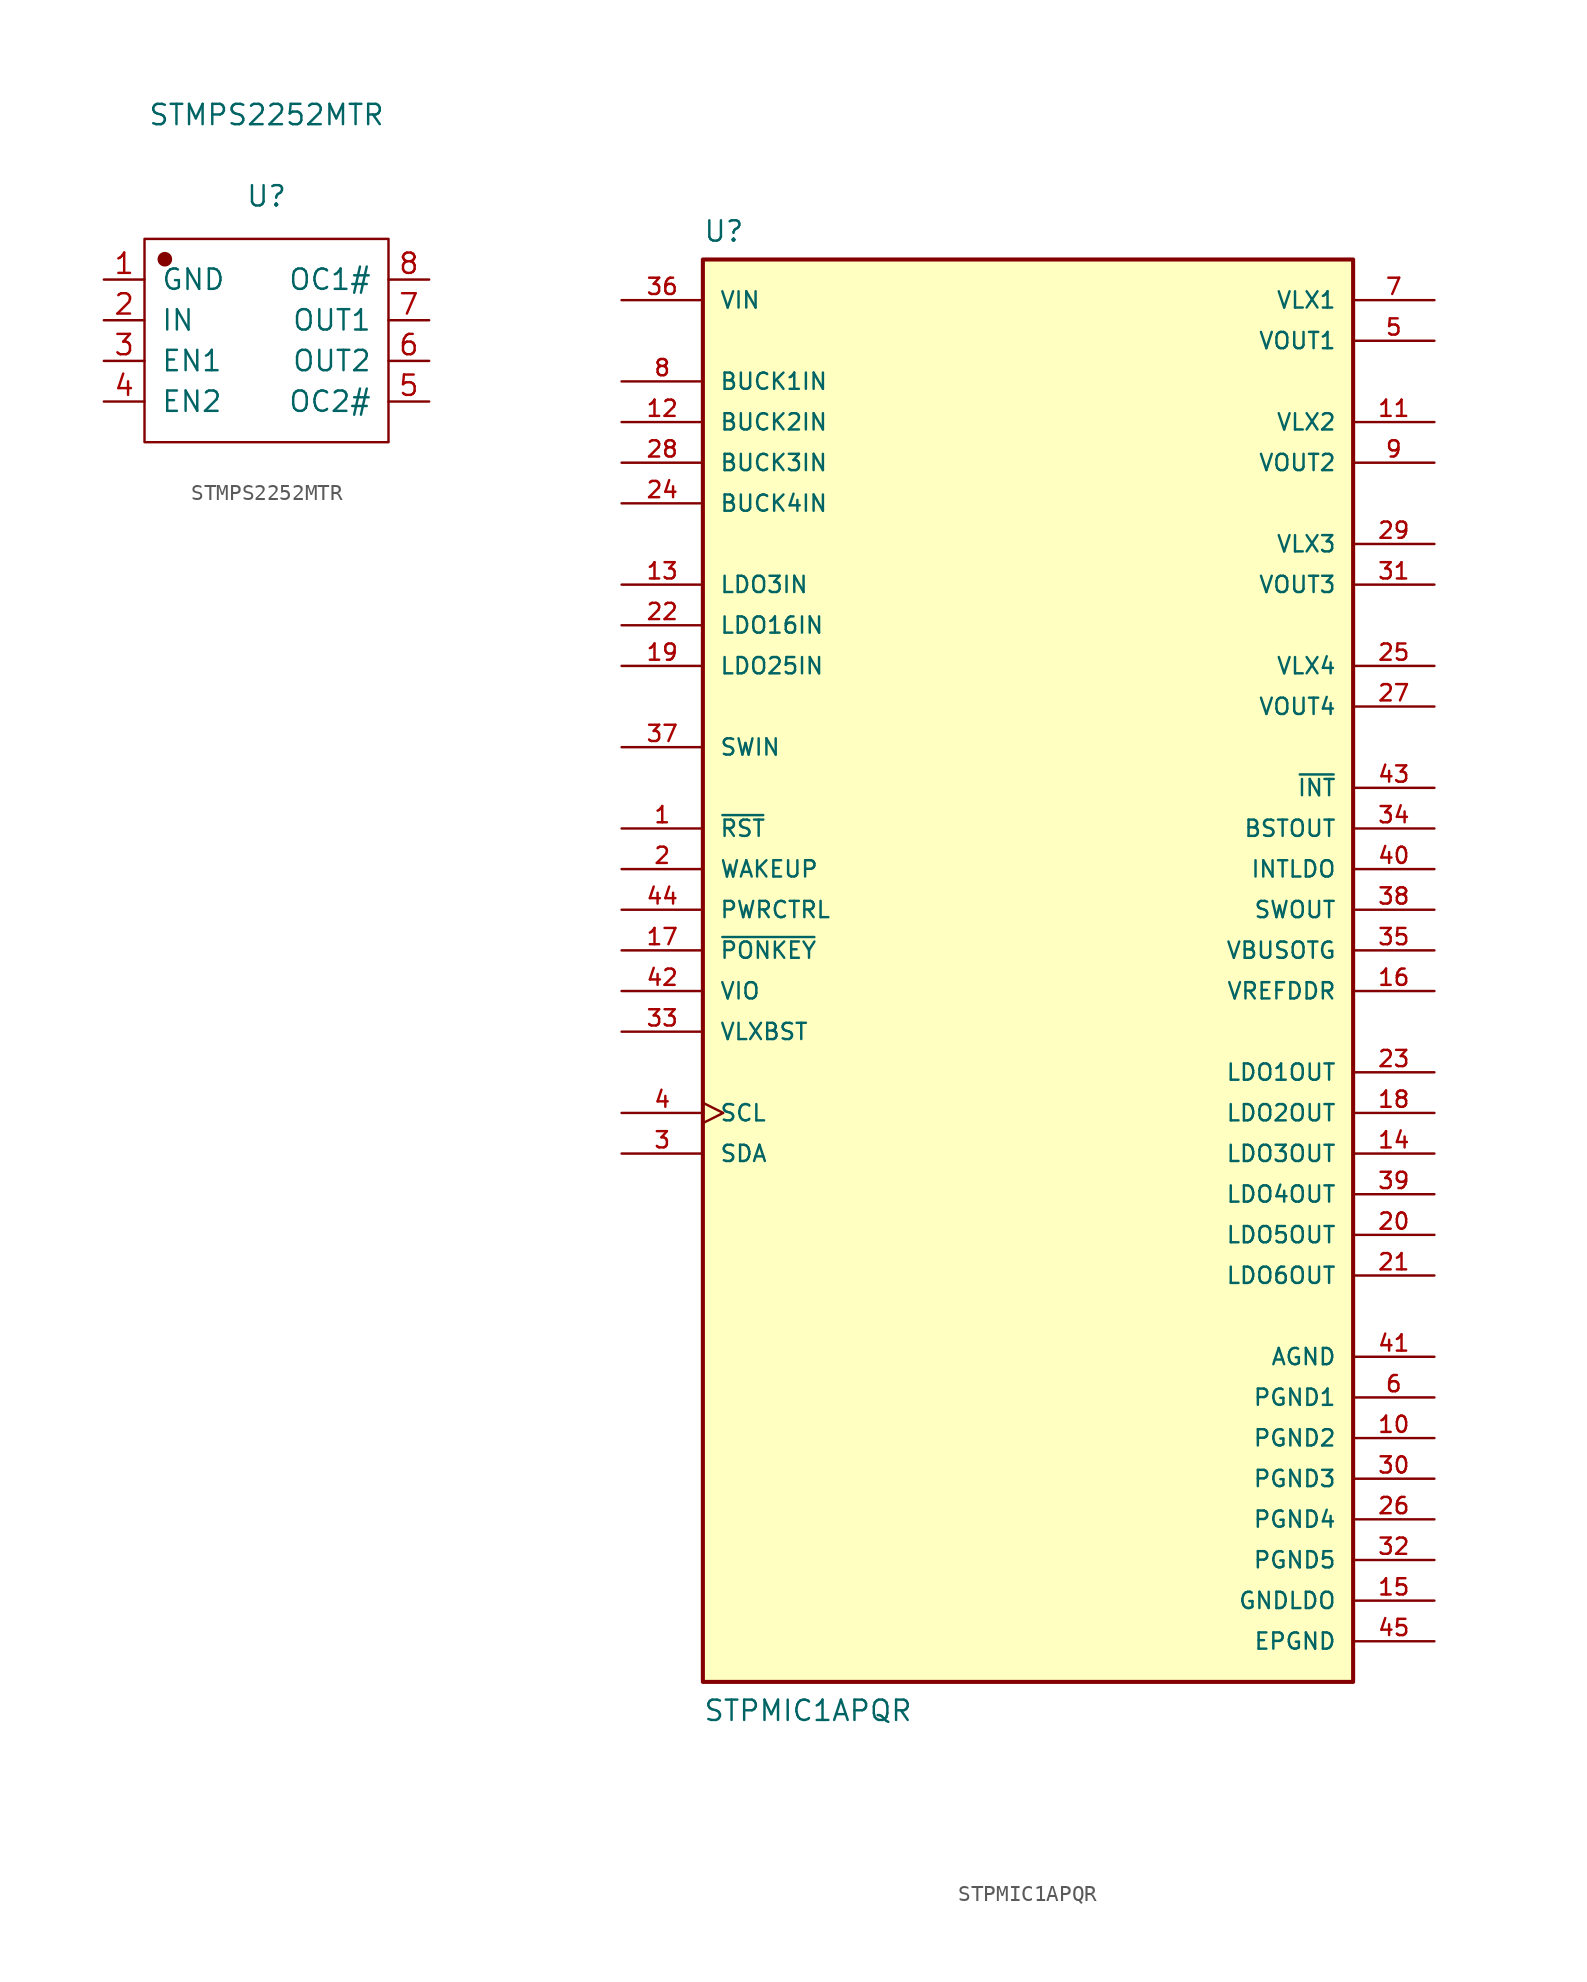
<source format=kicad_sym>
(kicad_symbol_lib
  (version 20231120)
  (generator "kicad_symbol_editor")
  (generator_version "8.0")
  (symbol "STMPS2252MTR"
    (pin_names
      (offset 1.016))
    (property "Reference" "U"
      (at 0 9.017 0)
      (effects (font (size 1.27 1.27))))
    (property "Value" "STMPS2252MTR"
      (at 0 14.097 0)
      (effects (font (size 1.27 1.27))))
    (symbol "STMPS2252MTR_1_1"
      (rectangle (start -7.62 6.35) (end 7.62 -6.35) (stroke (width 0.152) (type solid)) (fill (type none)))
      (circle (center -6.35 5.08) (radius 0.381) (stroke (width 0.152) (type solid)) (fill (type outline)))
      (pin power_in line (at -10.16 3.81 0) (length 2.54) (name "GND" (effects (font (size 1.27 1.27)))) (number "1" (effects (font (size 1.27 1.27)))))
      (pin power_in line (at -10.16 1.27 0) (length 2.54) (name "IN" (effects (font (size 1.27 1.27)))) (number "2" (effects (font (size 1.27 1.27)))))
      (pin input line (at -10.16 -1.27 0) (length 2.54) (name "EN1" (effects (font (size 1.27 1.27)))) (number "3" (effects (font (size 1.27 1.27)))))
      (pin input line (at -10.16 -3.81 0) (length 2.54) (name "EN2" (effects (font (size 1.27 1.27)))) (number "4" (effects (font (size 1.27 1.27)))))
      (pin output line (at 10.16 -3.81 180) (length 2.54) (name "OC2#" (effects (font (size 1.27 1.27)))) (number "5" (effects (font (size 1.27 1.27)))))
      (pin power_out line (at 10.16 -1.27 180) (length 2.54) (name "OUT2" (effects (font (size 1.27 1.27)))) (number "6" (effects (font (size 1.27 1.27)))))
      (pin power_out line (at 10.16 1.27 180) (length 2.54) (name "OUT1" (effects (font (size 1.27 1.27)))) (number "7" (effects (font (size 1.27 1.27)))))
      (pin output line (at 10.16 3.81 180) (length 2.54) (name "OC1#" (effects (font (size 1.27 1.27)))) (number "8" (effects (font (size 1.27 1.27)))))))
  (symbol "STPMIC1APQR"
    (pin_names
      (offset 1.016))
    (property "Reference" "U"
      (at -20.32 44.196 0)
      (effects (font (size 1.27 1.27)) (justify left bottom)))
    (property "Value" "STPMIC1APQR"
      (at -20.32 -48.26 0)
      (effects (font (size 1.27 1.27)) (justify left bottom)))
    (symbol "STPMIC1APQR_0_0"
      (rectangle (start -20.32 43.18) (end 20.32 -45.72) (stroke (width 0.254) (type default)) (fill (type background)))
      (pin bidirectional line (at -25.4 7.62 0) (length 5.08) (name "~{RST}" (effects (font (size 1.016 1.016)))) (number "1" (effects (font (size 1.016 1.016)))))
      (pin power_in line (at 25.4 -30.48 180) (length 5.08) (name "PGND2" (effects (font (size 1.016 1.016)))) (number "10" (effects (font (size 1.016 1.016)))))
      (pin input line (at -25.4 33.02 0) (length 5.08) (name "BUCK2IN" (effects (font (size 1.016 1.016)))) (number "12" (effects (font (size 1.016 1.016)))))
      (pin input line (at -25.4 22.86 0) (length 5.08) (name "LDO3IN" (effects (font (size 1.016 1.016)))) (number "13" (effects (font (size 1.016 1.016)))))
      (pin power_in line (at 25.4 -40.64 180) (length 5.08) (name "GNDLDO" (effects (font (size 1.016 1.016)))) (number "15" (effects (font (size 1.016 1.016)))))
      (pin input line (at -25.4 0 0) (length 5.08) (name "~{PONKEY}" (effects (font (size 1.016 1.016)))) (number "17" (effects (font (size 1.016 1.016)))))
      (pin input line (at -25.4 17.78 0) (length 5.08) (name "LDO25IN" (effects (font (size 1.016 1.016)))) (number "19" (effects (font (size 1.016 1.016)))))
      (pin input line (at -25.4 5.08 0) (length 5.08) (name "WAKEUP" (effects (font (size 1.016 1.016)))) (number "2" (effects (font (size 1.016 1.016)))))
      (pin input line (at -25.4 20.32 0) (length 5.08) (name "LDO16IN" (effects (font (size 1.016 1.016)))) (number "22" (effects (font (size 1.016 1.016)))))
      (pin input line (at -25.4 27.94 0) (length 5.08) (name "BUCK4IN" (effects (font (size 1.016 1.016)))) (number "24" (effects (font (size 1.016 1.016)))))
      (pin power_in line (at 25.4 -35.56 180) (length 5.08) (name "PGND4" (effects (font (size 1.016 1.016)))) (number "26" (effects (font (size 1.016 1.016)))))
      (pin input line (at 25.4 15.24 180) (length 5.08) (name "VOUT4" (effects (font (size 1.016 1.016)))) (number "27" (effects (font (size 1.016 1.016)))))
      (pin input line (at -25.4 30.48 0) (length 5.08) (name "BUCK3IN" (effects (font (size 1.016 1.016)))) (number "28" (effects (font (size 1.016 1.016)))))
      (pin bidirectional line (at -25.4 -12.7 0) (length 5.08) (name "SDA" (effects (font (size 1.016 1.016)))) (number "3" (effects (font (size 1.016 1.016)))))
      (pin power_in line (at 25.4 -33.02 180) (length 5.08) (name "PGND3" (effects (font (size 1.016 1.016)))) (number "30" (effects (font (size 1.016 1.016)))))
      (pin input line (at 25.4 22.86 180) (length 5.08) (name "VOUT3" (effects (font (size 1.016 1.016)))) (number "31" (effects (font (size 1.016 1.016)))))
      (pin power_in line (at 25.4 -38.1 180) (length 5.08) (name "PGND5" (effects (font (size 1.016 1.016)))) (number "32" (effects (font (size 1.016 1.016)))))
      (pin input line (at -25.4 -5.08 0) (length 5.08) (name "VLXBST" (effects (font (size 1.016 1.016)))) (number "33" (effects (font (size 1.016 1.016)))))
      (pin output line (at 25.4 7.62 180) (length 5.08) (name "BSTOUT" (effects (font (size 1.016 1.016)))) (number "34" (effects (font (size 1.016 1.016)))))
      (pin output line (at 25.4 0 180) (length 5.08) (name "VBUSOTG" (effects (font (size 1.016 1.016)))) (number "35" (effects (font (size 1.016 1.016)))))
      (pin input line (at -25.4 40.64 0) (length 5.08) (name "VIN" (effects (font (size 1.016 1.016)))) (number "36" (effects (font (size 1.016 1.016)))))
      (pin input line (at -25.4 12.7 0) (length 5.08) (name "SWIN" (effects (font (size 1.016 1.016)))) (number "37" (effects (font (size 1.016 1.016)))))
      (pin output line (at 25.4 2.54 180) (length 5.08) (name "SWOUT" (effects (font (size 1.016 1.016)))) (number "38" (effects (font (size 1.016 1.016)))))
      (pin input clock (at -25.4 -10.16 0) (length 5.08) (name "SCL" (effects (font (size 1.016 1.016)))) (number "4" (effects (font (size 1.016 1.016)))))
      (pin output line (at 25.4 5.08 180) (length 5.08) (name "INTLDO" (effects (font (size 1.016 1.016)))) (number "40" (effects (font (size 1.016 1.016)))))
      (pin power_in line (at 25.4 -25.4 180) (length 5.08) (name "AGND" (effects (font (size 1.016 1.016)))) (number "41" (effects (font (size 1.016 1.016)))))
      (pin input line (at -25.4 -2.54 0) (length 5.08) (name "VIO" (effects (font (size 1.016 1.016)))) (number "42" (effects (font (size 1.016 1.016)))))
      (pin output line (at 25.4 10.16 180) (length 5.08) (name "~{INT}" (effects (font (size 1.016 1.016)))) (number "43" (effects (font (size 1.016 1.016)))))
      (pin input line (at -25.4 2.54 0) (length 5.08) (name "PWRCTRL" (effects (font (size 1.016 1.016)))) (number "44" (effects (font (size 1.016 1.016)))))
      (pin power_in line (at 25.4 -43.18 180) (length 5.08) (name "EPGND" (effects (font (size 1.016 1.016)))) (number "45" (effects (font (size 1.016 1.016)))))
      (pin input line (at 25.4 38.1 180) (length 5.08) (name "VOUT1" (effects (font (size 1.016 1.016)))) (number "5" (effects (font (size 1.016 1.016)))))
      (pin power_in line (at 25.4 -27.94 180) (length 5.08) (name "PGND1" (effects (font (size 1.016 1.016)))) (number "6" (effects (font (size 1.016 1.016)))))
      (pin input line (at -25.4 35.56 0) (length 5.08) (name "BUCK1IN" (effects (font (size 1.016 1.016)))) (number "8" (effects (font (size 1.016 1.016)))))
      (pin input line (at 25.4 30.48 180) (length 5.08) (name "VOUT2" (effects (font (size 1.016 1.016)))) (number "9" (effects (font (size 1.016 1.016))))))
    (symbol "STPMIC1APQR_1_0"
      (pin power_out line (at 25.4 33.02 180) (length 5.08) (name "VLX2" (effects (font (size 1.016 1.016)))) (number "11" (effects (font (size 1.016 1.016)))))
      (pin power_out line (at 25.4 -12.7 180) (length 5.08) (name "LDO3OUT" (effects (font (size 1.016 1.016)))) (number "14" (effects (font (size 1.016 1.016)))))
      (pin power_out line (at 25.4 -2.54 180) (length 5.08) (name "VREFDDR" (effects (font (size 1.016 1.016)))) (number "16" (effects (font (size 1.016 1.016)))))
      (pin power_out line (at 25.4 -10.16 180) (length 5.08) (name "LDO2OUT" (effects (font (size 1.016 1.016)))) (number "18" (effects (font (size 1.016 1.016)))))
      (pin power_out line (at 25.4 -17.78 180) (length 5.08) (name "LDO5OUT" (effects (font (size 1.016 1.016)))) (number "20" (effects (font (size 1.016 1.016)))))
      (pin power_out line (at 25.4 -20.32 180) (length 5.08) (name "LDO6OUT" (effects (font (size 1.016 1.016)))) (number "21" (effects (font (size 1.016 1.016)))))
      (pin power_out line (at 25.4 -7.62 180) (length 5.08) (name "LDO1OUT" (effects (font (size 1.016 1.016)))) (number "23" (effects (font (size 1.016 1.016)))))
      (pin power_out line (at 25.4 17.78 180) (length 5.08) (name "VLX4" (effects (font (size 1.016 1.016)))) (number "25" (effects (font (size 1.016 1.016)))))
      (pin power_out line (at 25.4 25.4 180) (length 5.08) (name "VLX3" (effects (font (size 1.016 1.016)))) (number "29" (effects (font (size 1.016 1.016)))))
      (pin power_out line (at 25.4 -15.24 180) (length 5.08) (name "LDO4OUT" (effects (font (size 1.016 1.016)))) (number "39" (effects (font (size 1.016 1.016)))))
      (pin power_out line (at 25.4 40.64 180) (length 5.08) (name "VLX1" (effects (font (size 1.016 1.016)))) (number "7" (effects (font (size 1.016 1.016))))))))
</source>
